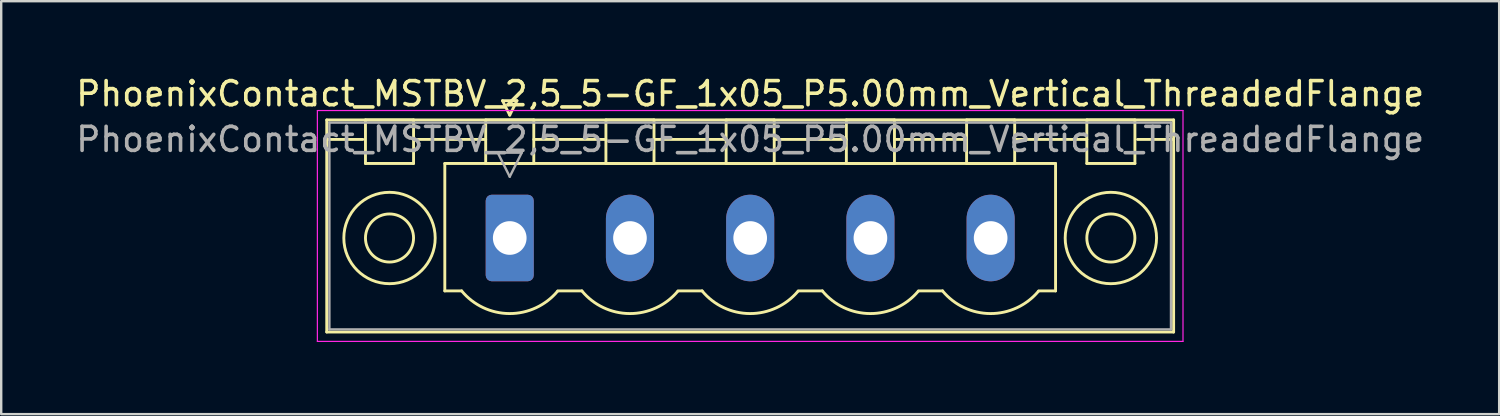
<source format=kicad_pcb>
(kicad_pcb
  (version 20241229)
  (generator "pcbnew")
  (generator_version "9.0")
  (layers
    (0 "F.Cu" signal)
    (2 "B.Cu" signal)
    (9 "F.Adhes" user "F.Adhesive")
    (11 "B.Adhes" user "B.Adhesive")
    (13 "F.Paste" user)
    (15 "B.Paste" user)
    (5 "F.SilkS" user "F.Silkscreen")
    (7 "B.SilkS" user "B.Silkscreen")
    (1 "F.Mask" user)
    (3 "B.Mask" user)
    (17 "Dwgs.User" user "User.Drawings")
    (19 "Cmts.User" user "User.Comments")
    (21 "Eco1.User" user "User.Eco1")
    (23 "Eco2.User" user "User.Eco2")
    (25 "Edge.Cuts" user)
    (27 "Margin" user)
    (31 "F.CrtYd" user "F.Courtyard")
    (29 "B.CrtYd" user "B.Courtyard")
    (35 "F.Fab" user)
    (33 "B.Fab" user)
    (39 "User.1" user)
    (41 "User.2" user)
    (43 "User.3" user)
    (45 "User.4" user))
  (footprint "PhoenixContact_MSTBV_2,5_5-GF_1x05_P5.00mm_Vertical_ThreadedFlange"
    (layer "F.Cu")
    (at 18.149 6.848)
    (property "Reference" "PhoenixContact_MSTBV_2,5_5-GF_1x05_P5.00mm_Vertical_ThreadedFlange" (at 10 -6 0) (layer "F.SilkS") (effects (font (size 1 1) (thickness 0.15))))
    (attr through_hole)
    (fp_line (start -7.61 -4.91) (end -7.61 3.91) (stroke (width 0.12) (type solid)) (layer "F.SilkS"))
    (fp_line (start -7.61 -4.1) (end -6.11 -4.1) (stroke (width 0.12) (type solid)) (layer "F.SilkS"))
    (fp_line (start -7.61 3.91) (end 27.61 3.91) (stroke (width 0.12) (type solid)) (layer "F.SilkS"))
    (fp_line (start -6 -4.91) (end -4 -4.91) (stroke (width 0.12) (type solid)) (layer "F.SilkS"))
    (fp_line (start -6 -3.1) (end -6 -4.91) (stroke (width 0.12) (type solid)) (layer "F.SilkS"))
    (fp_line (start -4 -4.91) (end -4 -3.1) (stroke (width 0.12) (type solid)) (layer "F.SilkS"))
    (fp_line (start -4 -4.1) (end -1 -4.1) (stroke (width 0.12) (type solid)) (layer "F.SilkS"))
    (fp_line (start -4 -3.1) (end -6 -3.1) (stroke (width 0.12) (type solid)) (layer "F.SilkS"))
    (fp_line (start -2.7 -3.1) (end 22.7 -3.1) (stroke (width 0.12) (type solid)) (layer "F.SilkS"))
    (fp_line (start -2.7 2.2) (end -2.7 -3.1) (stroke (width 0.12) (type solid)) (layer "F.SilkS"))
    (fp_line (start -2 2.2) (end -2.7 2.2) (stroke (width 0.12) (type solid)) (layer "F.SilkS"))
    (fp_line (start -1 -4.91) (end 1 -4.91) (stroke (width 0.12) (type solid)) (layer "F.SilkS"))
    (fp_line (start -1 -3.1) (end -1 -4.91) (stroke (width 0.12) (type solid)) (layer "F.SilkS"))
    (fp_line (start -0.3 -5.71) (end 0.3 -5.71) (stroke (width 0.12) (type solid)) (layer "F.SilkS"))
    (fp_line (start 0 -5.11) (end -0.3 -5.71) (stroke (width 0.12) (type solid)) (layer "F.SilkS"))
    (fp_line (start 0.3 -5.71) (end 0 -5.11) (stroke (width 0.12) (type solid)) (layer "F.SilkS"))
    (fp_line (start 1 -4.91) (end 1 -3.1) (stroke (width 0.12) (type solid)) (layer "F.SilkS"))
    (fp_line (start 1 -4.1) (end 4 -4.1) (stroke (width 0.12) (type solid)) (layer "F.SilkS"))
    (fp_line (start 1 -3.1) (end -1 -3.1) (stroke (width 0.12) (type solid)) (layer "F.SilkS"))
    (fp_line (start 2 2.2) (end 3 2.2) (stroke (width 0.12) (type solid)) (layer "F.SilkS"))
    (fp_line (start 4 -4.91) (end 6 -4.91) (stroke (width 0.12) (type solid)) (layer "F.SilkS"))
    (fp_line (start 4 -3.1) (end 4 -4.91) (stroke (width 0.12) (type solid)) (layer "F.SilkS"))
    (fp_line (start 6 -4.91) (end 6 -3.1) (stroke (width 0.12) (type solid)) (layer "F.SilkS"))
    (fp_line (start 6 -4.1) (end 9 -4.1) (stroke (width 0.12) (type solid)) (layer "F.SilkS"))
    (fp_line (start 6 -3.1) (end 4 -3.1) (stroke (width 0.12) (type solid)) (layer "F.SilkS"))
    (fp_line (start 7 2.2) (end 8 2.2) (stroke (width 0.12) (type solid)) (layer "F.SilkS"))
    (fp_line (start 9 -4.91) (end 11 -4.91) (stroke (width 0.12) (type solid)) (layer "F.SilkS"))
    (fp_line (start 9 -3.1) (end 9 -4.91) (stroke (width 0.12) (type solid)) (layer "F.SilkS"))
    (fp_line (start 11 -4.91) (end 11 -3.1) (stroke (width 0.12) (type solid)) (layer "F.SilkS"))
    (fp_line (start 11 -4.1) (end 14 -4.1) (stroke (width 0.12) (type solid)) (layer "F.SilkS"))
    (fp_line (start 11 -3.1) (end 9 -3.1) (stroke (width 0.12) (type solid)) (layer "F.SilkS"))
    (fp_line (start 12 2.2) (end 13 2.2) (stroke (width 0.12) (type solid)) (layer "F.SilkS"))
    (fp_line (start 14 -4.91) (end 16 -4.91) (stroke (width 0.12) (type solid)) (layer "F.SilkS"))
    (fp_line (start 14 -3.1) (end 14 -4.91) (stroke (width 0.12) (type solid)) (layer "F.SilkS"))
    (fp_line (start 16 -4.91) (end 16 -3.1) (stroke (width 0.12) (type solid)) (layer "F.SilkS"))
    (fp_line (start 16 -4.1) (end 19 -4.1) (stroke (width 0.12) (type solid)) (layer "F.SilkS"))
    (fp_line (start 16 -3.1) (end 14 -3.1) (stroke (width 0.12) (type solid)) (layer "F.SilkS"))
    (fp_line (start 17 2.2) (end 18 2.2) (stroke (width 0.12) (type solid)) (layer "F.SilkS"))
    (fp_line (start 19 -4.91) (end 21 -4.91) (stroke (width 0.12) (type solid)) (layer "F.SilkS"))
    (fp_line (start 19 -3.1) (end 19 -4.91) (stroke (width 0.12) (type solid)) (layer "F.SilkS"))
    (fp_line (start 21 -4.91) (end 21 -3.1) (stroke (width 0.12) (type solid)) (layer "F.SilkS"))
    (fp_line (start 21 -4.1) (end 24 -4.1) (stroke (width 0.12) (type solid)) (layer "F.SilkS"))
    (fp_line (start 21 -3.1) (end 19 -3.1) (stroke (width 0.12) (type solid)) (layer "F.SilkS"))
    (fp_line (start 22.7 -3.1) (end 22.7 2.2) (stroke (width 0.12) (type solid)) (layer "F.SilkS"))
    (fp_line (start 22.7 2.2) (end 22 2.2) (stroke (width 0.12) (type solid)) (layer "F.SilkS"))
    (fp_line (start 24 -4.91) (end 26 -4.91) (stroke (width 0.12) (type solid)) (layer "F.SilkS"))
    (fp_line (start 24 -3.1) (end 24 -4.91) (stroke (width 0.12) (type solid)) (layer "F.SilkS"))
    (fp_line (start 26 -4.91) (end 26 -3.1) (stroke (width 0.12) (type solid)) (layer "F.SilkS"))
    (fp_line (start 26 -3.1) (end 24 -3.1) (stroke (width 0.12) (type solid)) (layer "F.SilkS"))
    (fp_line (start 27.61 -4.91) (end -7.61 -4.91) (stroke (width 0.12) (type solid)) (layer "F.SilkS"))
    (fp_line (start 27.61 -4.1) (end 26.11 -4.1) (stroke (width 0.12) (type solid)) (layer "F.SilkS"))
    (fp_line (start 27.61 3.91) (end 27.61 -4.91) (stroke (width 0.12) (type solid)) (layer "F.SilkS"))
    (fp_arc (start 1.986842 2.215821) (mid -0.010289 3.142758) (end -2 2.2) (stroke (width 0.12) (type solid)) (layer "F.SilkS"))
    (fp_arc (start 6.986842 2.215821) (mid 4.989711 3.142758) (end 3 2.2) (stroke (width 0.12) (type solid)) (layer "F.SilkS"))
    (fp_arc (start 11.986842 2.215821) (mid 9.989711 3.142758) (end 8 2.2) (stroke (width 0.12) (type solid)) (layer "F.SilkS"))
    (fp_arc (start 16.986842 2.215821) (mid 14.989711 3.142758) (end 13 2.2) (stroke (width 0.12) (type solid)) (layer "F.SilkS"))
    (fp_arc (start 21.986842 2.215821) (mid 19.989711 3.142758) (end 18 2.2) (stroke (width 0.12) (type solid)) (layer "F.SilkS"))
    (fp_circle (center -5 0) (end -4 0) (stroke (width 0.12) (type solid)) (fill no) (layer "F.SilkS"))
    (fp_circle (center -5 0) (end -3.1 0) (stroke (width 0.12) (type solid)) (fill no) (layer "F.SilkS"))
    (fp_circle (center 25 0) (end 26 0) (stroke (width 0.12) (type solid)) (fill no) (layer "F.SilkS"))
    (fp_circle (center 25 0) (end 26.9 0) (stroke (width 0.12) (type solid)) (fill no) (layer "F.SilkS"))
    (fp_line (start -8 -5.3) (end -8 4.3) (stroke (width 0.05) (type solid)) (layer "F.CrtYd"))
    (fp_line (start -8 4.3) (end 28 4.3) (stroke (width 0.05) (type solid)) (layer "F.CrtYd"))
    (fp_line (start 28 -5.3) (end -8 -5.3) (stroke (width 0.05) (type solid)) (layer "F.CrtYd"))
    (fp_line (start 28 4.3) (end 28 -5.3) (stroke (width 0.05) (type solid)) (layer "F.CrtYd"))
    (fp_line (start -7.5 -4.8) (end -7.5 3.8) (stroke (width 0.1) (type solid)) (layer "F.Fab"))
    (fp_line (start -7.5 3.8) (end 27.5 3.8) (stroke (width 0.1) (type solid)) (layer "F.Fab"))
    (fp_line (start -0.5 -3.55) (end 0.5 -3.55) (stroke (width 0.1) (type solid)) (layer "F.Fab"))
    (fp_line (start 0 -2.55) (end -0.5 -3.55) (stroke (width 0.1) (type solid)) (layer "F.Fab"))
    (fp_line (start 0.5 -3.55) (end 0 -2.55) (stroke (width 0.1) (type solid)) (layer "F.Fab"))
    (fp_line (start 27.5 -4.8) (end -7.5 -4.8) (stroke (width 0.1) (type solid)) (layer "F.Fab"))
    (fp_line (start 27.5 3.8) (end 27.5 -4.8) (stroke (width 0.1) (type solid)) (layer "F.Fab"))
    (fp_text user "${REFERENCE}" (at 10 -4.1 0) (layer "F.Fab") (effects (font (size 1 1) (thickness 0.15))))
    (pad "1" thru_hole roundrect (at 0 0) (size 2 3.6) (drill 1.4) (layers "*.Cu" "*.Mask") (roundrect_rratio 0.125))
    (pad "2" thru_hole oval (at 5 0) (size 2 3.6) (drill 1.4) (layers "*.Cu" "*.Mask"))
    (pad "3" thru_hole oval (at 10 0) (size 2 3.6) (drill 1.4) (layers "*.Cu" "*.Mask"))
    (pad "4" thru_hole oval (at 15 0) (size 2 3.6) (drill 1.4) (layers "*.Cu" "*.Mask"))
    (pad "5" thru_hole oval (at 20 0) (size 2 3.6) (drill 1.4) (layers "*.Cu" "*.Mask")))
  (gr_rect
    (start -3 -3)
    (end 59.298 14.173)
    (stroke (width 0.1) (type default))
    (fill no)
    (layer "Edge.Cuts")))
</source>
